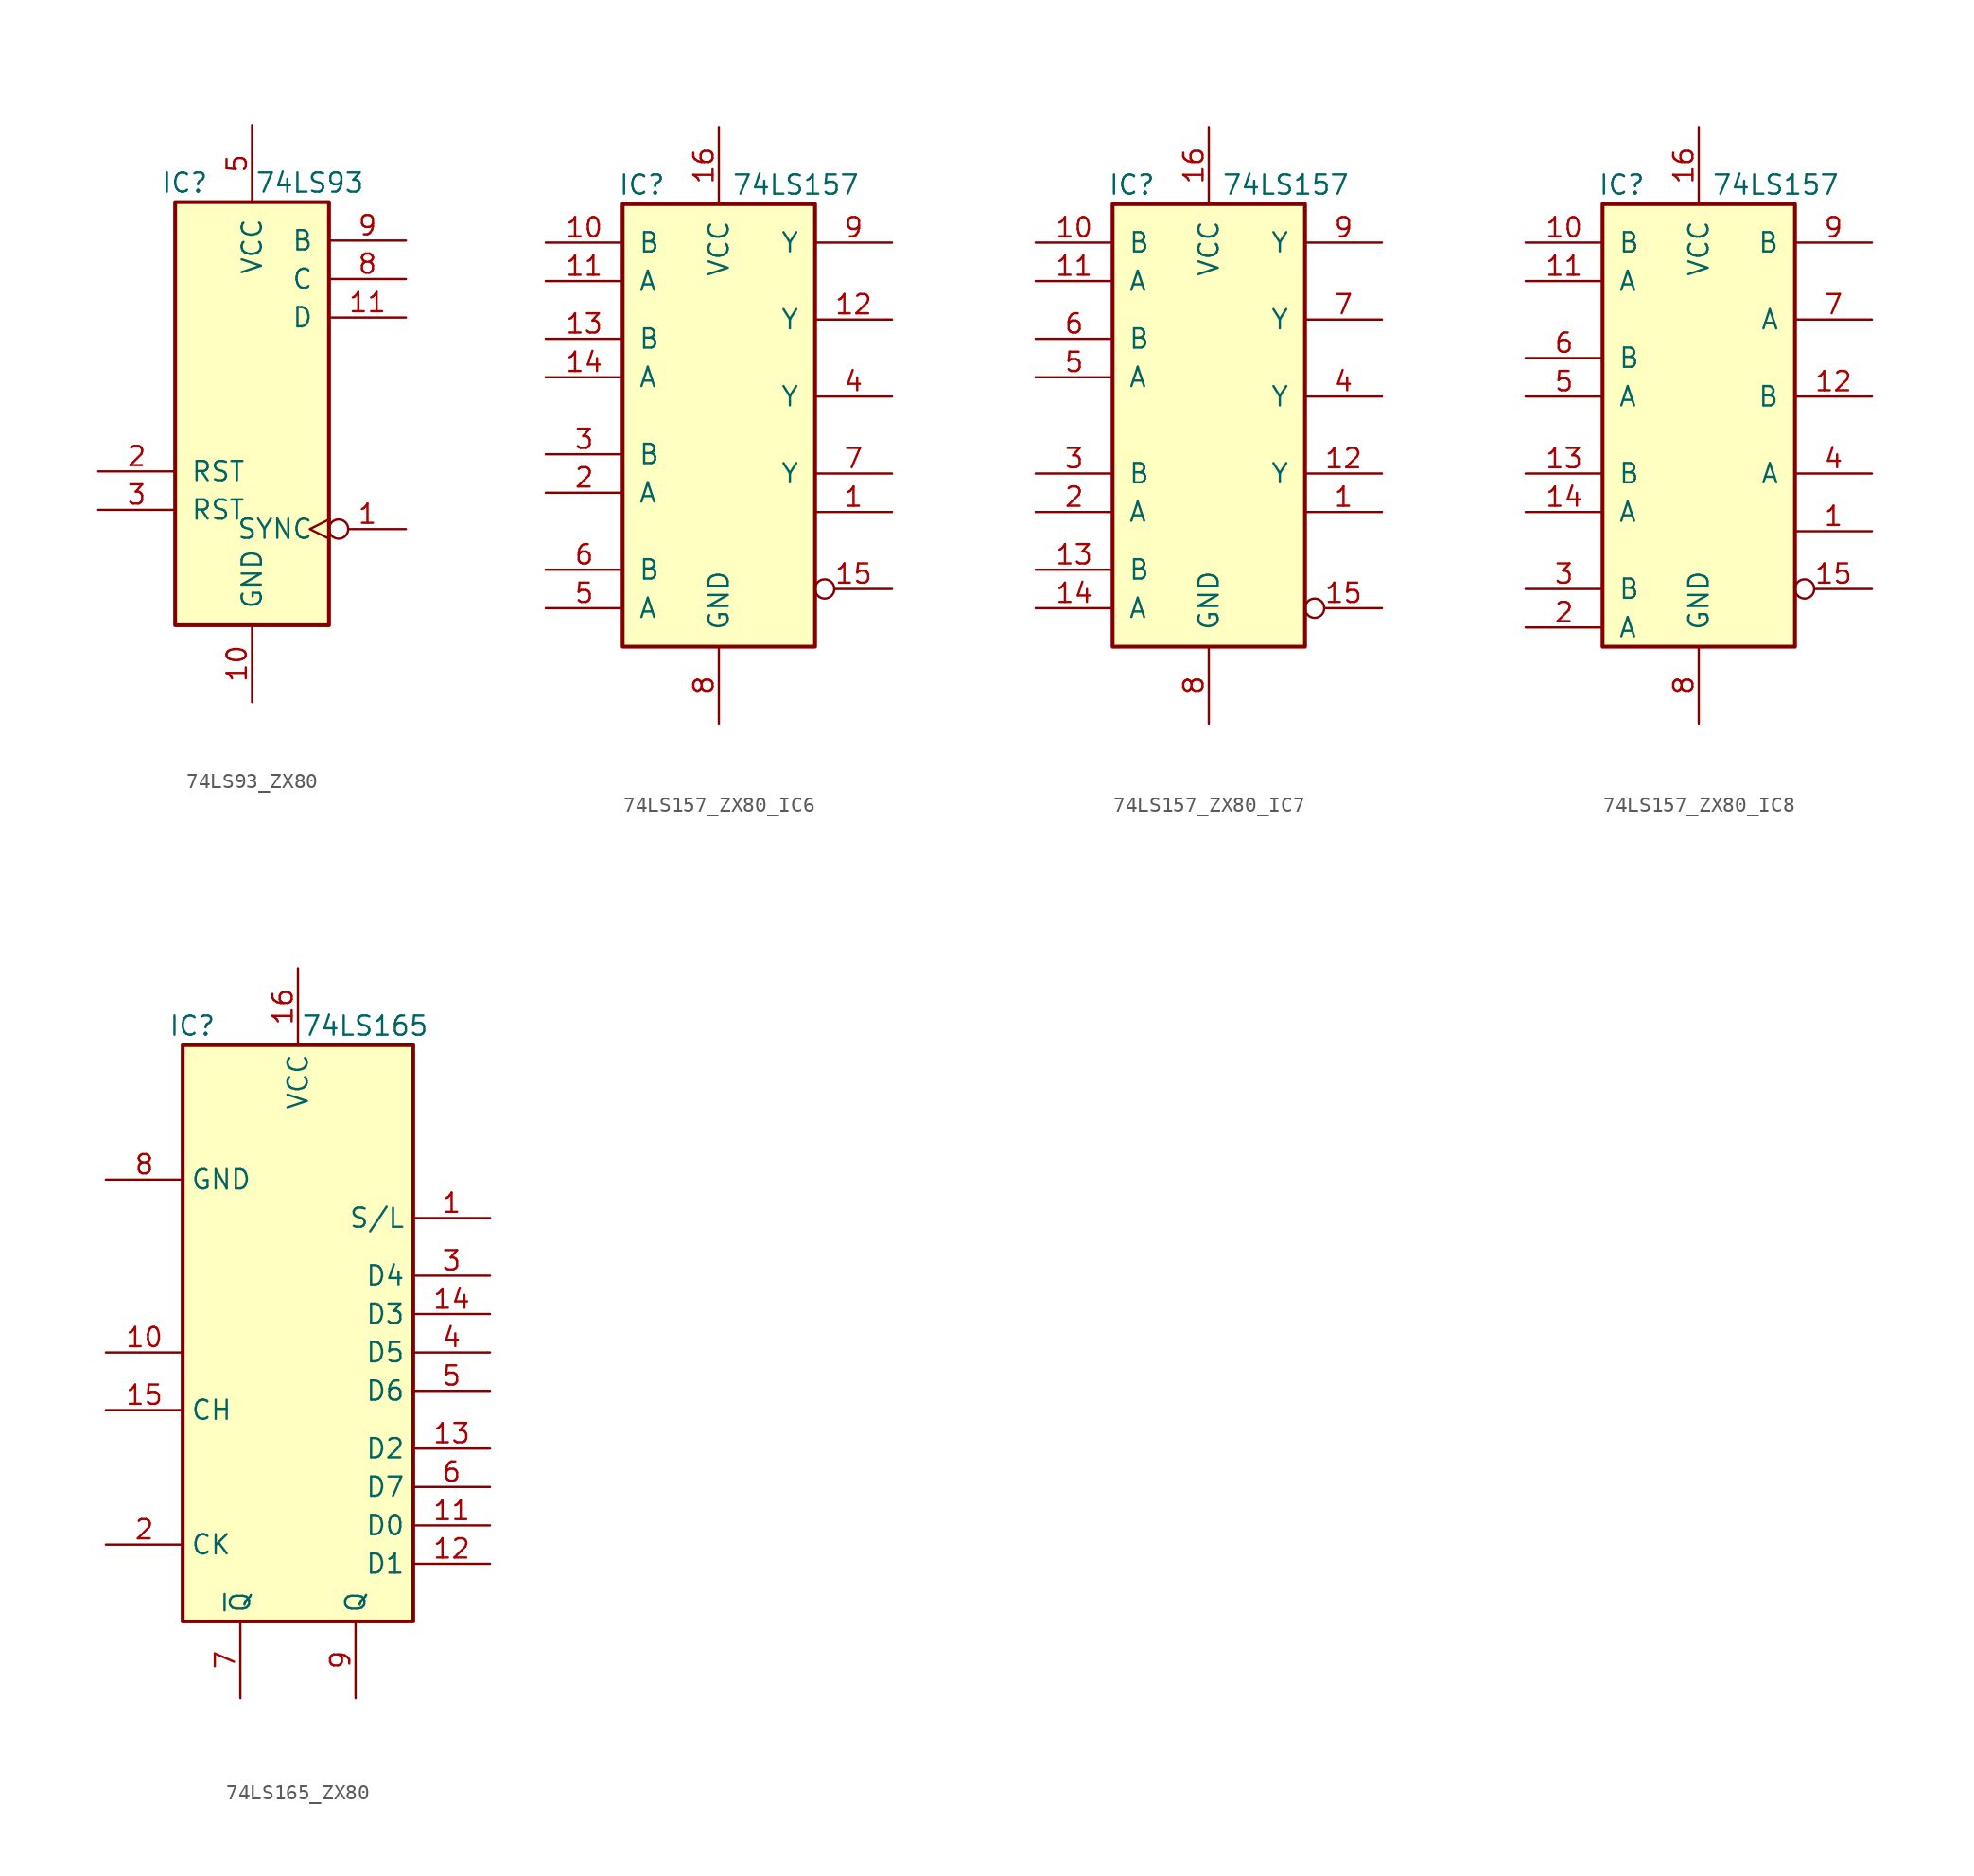
<source format=kicad_sym>
(kicad_symbol_lib
  (version 20220914)
  (generator kicad_symbol_editor)
  (symbol "74LS93_ZX80"
    (pin_names
      (offset 1.016))
    (property "Reference" "IC"
      (at -4.445 15.24 0)
      (effects (font (size 1.27 1.27))))
    (property "Value" "74LS93"
      (at 3.81 15.24 0)
      (effects (font (size 1.27 1.27))))
    (symbol "74LS93_ZX80_1_0"
      (pin input inverted_clock (at 10.16 -7.62 180) (length 5.08) (name "SYNC" (effects (font (size 1.27 1.27)))) (number "1" (effects (font (size 1.27 1.27)))))
      (pin power_in line (at 0 -19.05 90) (length 5.08) (name "GND" (effects (font (size 1.27 1.27)))) (number "10" (effects (font (size 1.27 1.27)))))
      (pin output line (at 10.16 6.35 180) (length 5.08) (name "D" (effects (font (size 1.27 1.27)))) (number "11" (effects (font (size 1.27 1.27)))))
      (pin no_connect line (at 10.16 3.175 180) (length 5.08) hide (name "QA" (effects (font (size 1.27 1.27)))) (number "12" (effects (font (size 1.27 1.27)))))
      (pin output line (at 10.16 0 180) (length 5.08) hide (name "NC" (effects (font (size 1.27 1.27)))) (number "13" (effects (font (size 1.27 1.27)))))
      (pin no_connect inverted_clock (at -10.16 12.7 0) (length 5.08) hide (name "CKA" (effects (font (size 1.27 1.27)))) (number "14" (effects (font (size 1.27 1.27)))))
      (pin input line (at -10.16 -3.81 0) (length 5.08) (name "RST" (effects (font (size 1.27 1.27)))) (number "2" (effects (font (size 1.27 1.27)))))
      (pin input line (at -10.16 -6.35 0) (length 5.08) (name "RST" (effects (font (size 1.27 1.27)))) (number "3" (effects (font (size 1.27 1.27)))))
      (pin no_connect line (at -10.16 -8.89 0) (length 5.08) hide (name "NC" (effects (font (size 1.27 1.27)))) (number "4" (effects (font (size 1.27 1.27)))))
      (pin power_in line (at 0 19.05 270) (length 5.08) (name "VCC" (effects (font (size 1.27 1.27)))) (number "5" (effects (font (size 1.27 1.27)))))
      (pin no_connect line (at -10.16 7.62 0) (length 5.08) hide (name "NC" (effects (font (size 1.27 1.27)))) (number "6" (effects (font (size 1.27 1.27)))))
      (pin no_connect line (at -10.16 5.08 0) (length 5.08) hide (name "NC" (effects (font (size 1.27 1.27)))) (number "7" (effects (font (size 1.27 1.27)))))
      (pin output line (at 10.16 8.89 180) (length 5.08) (name "C" (effects (font (size 1.27 1.27)))) (number "8" (effects (font (size 1.27 1.27)))))
      (pin no_connect line (at -10.16 2.54 0) (length 5.08) hide (name "NC" (effects (font (size 1.27 1.27)))) (number "8" (effects (font (size 1.27 1.27)))))
      (pin output line (at 10.16 11.43 180) (length 5.08) (name "B" (effects (font (size 1.27 1.27)))) (number "9" (effects (font (size 1.27 1.27))))))
    (symbol "74LS93_ZX80_1_1"
      (rectangle (start -5.08 13.97) (end 5.08 -13.97) (stroke (width 0.254) (type default)) (fill (type background)))))
  (symbol "74LS157_ZX80_IC6"
    (pin_names
      (offset 1.016))
    (property "Reference" "IC"
      (at -5.08 16.51 0)
      (effects (font (size 1.27 1.27))))
    (property "Value" "74LS157"
      (at 5.08 16.51 0)
      (effects (font (size 1.27 1.27))))
    (symbol "74LS157_ZX80_IC6_1_0"
      (pin input line (at 11.43 -5.08 180) (length 5.08) (name "" (effects (font (size 1.27 1.27)))) (number "1" (effects (font (size 1.27 1.27)))))
      (pin input line (at -11.43 12.7 0) (length 5.08) (name "B" (effects (font (size 1.27 1.27)))) (number "10" (effects (font (size 1.27 1.27)))))
      (pin input line (at -11.43 10.16 0) (length 5.08) (name "A" (effects (font (size 1.27 1.27)))) (number "11" (effects (font (size 1.27 1.27)))))
      (pin output line (at 11.43 7.62 180) (length 5.08) (name "Y" (effects (font (size 1.27 1.27)))) (number "12" (effects (font (size 1.27 1.27)))))
      (pin input line (at -11.43 6.35 0) (length 5.08) (name "B" (effects (font (size 1.27 1.27)))) (number "13" (effects (font (size 1.27 1.27)))))
      (pin input line (at -11.43 3.81 0) (length 5.08) (name "A" (effects (font (size 1.27 1.27)))) (number "14" (effects (font (size 1.27 1.27)))))
      (pin input inverted (at 11.43 -10.16 180) (length 5.08) (name "" (effects (font (size 1.27 1.27)))) (number "15" (effects (font (size 1.27 1.27)))))
      (pin power_in line (at 0 20.32 270) (length 5.08) (name "VCC" (effects (font (size 1.27 1.27)))) (number "16" (effects (font (size 1.27 1.27)))))
      (pin input line (at -11.43 -3.81 0) (length 5.08) (name "A" (effects (font (size 1.27 1.27)))) (number "2" (effects (font (size 1.27 1.27)))))
      (pin input line (at -11.43 -1.27 0) (length 5.08) (name "B" (effects (font (size 1.27 1.27)))) (number "3" (effects (font (size 1.27 1.27)))))
      (pin output line (at 11.43 2.54 180) (length 5.08) (name "Y" (effects (font (size 1.27 1.27)))) (number "4" (effects (font (size 1.27 1.27)))))
      (pin input line (at -11.43 -11.43 0) (length 5.08) (name "A" (effects (font (size 1.27 1.27)))) (number "5" (effects (font (size 1.27 1.27)))))
      (pin input line (at -11.43 -8.89 0) (length 5.08) (name "B" (effects (font (size 1.27 1.27)))) (number "6" (effects (font (size 1.27 1.27)))))
      (pin output line (at 11.43 -2.54 180) (length 5.08) (name "Y" (effects (font (size 1.27 1.27)))) (number "7" (effects (font (size 1.27 1.27)))))
      (pin power_in line (at 0 -19.05 90) (length 5.08) (name "GND" (effects (font (size 1.27 1.27)))) (number "8" (effects (font (size 1.27 1.27)))))
      (pin output line (at 11.43 12.7 180) (length 5.08) (name "Y" (effects (font (size 1.27 1.27)))) (number "9" (effects (font (size 1.27 1.27))))))
    (symbol "74LS157_ZX80_IC6_1_1"
      (rectangle (start -6.35 15.24) (end 6.35 -13.97) (stroke (width 0.254) (type default)) (fill (type background)))))
  (symbol "74LS157_ZX80_IC7"
    (pin_names
      (offset 1.016))
    (property "Reference" "IC"
      (at -5.08 16.51 0)
      (effects (font (size 1.27 1.27))))
    (property "Value" "74LS157"
      (at 5.08 16.51 0)
      (effects (font (size 1.27 1.27))))
    (symbol "74LS157_ZX80_IC7_1_0"
      (pin input line (at 11.43 -5.08 180) (length 5.08) (name "" (effects (font (size 1.27 1.27)))) (number "1" (effects (font (size 1.27 1.27)))))
      (pin input line (at -11.43 12.7 0) (length 5.08) (name "B" (effects (font (size 1.27 1.27)))) (number "10" (effects (font (size 1.27 1.27)))))
      (pin input line (at -11.43 10.16 0) (length 5.08) (name "A" (effects (font (size 1.27 1.27)))) (number "11" (effects (font (size 1.27 1.27)))))
      (pin output line (at 11.43 -2.54 180) (length 5.08) (name "Y" (effects (font (size 1.27 1.27)))) (number "12" (effects (font (size 1.27 1.27)))))
      (pin input line (at -11.43 -8.89 0) (length 5.08) (name "B" (effects (font (size 1.27 1.27)))) (number "13" (effects (font (size 1.27 1.27)))))
      (pin input line (at -11.43 -11.43 0) (length 5.08) (name "A" (effects (font (size 1.27 1.27)))) (number "14" (effects (font (size 1.27 1.27)))))
      (pin input inverted (at 11.43 -11.43 180) (length 5.08) (name "" (effects (font (size 1.27 1.27)))) (number "15" (effects (font (size 1.27 1.27)))))
      (pin power_in line (at 0 20.32 270) (length 5.08) (name "VCC" (effects (font (size 1.27 1.27)))) (number "16" (effects (font (size 1.27 1.27)))))
      (pin input line (at -11.43 -5.08 0) (length 5.08) (name "A" (effects (font (size 1.27 1.27)))) (number "2" (effects (font (size 1.27 1.27)))))
      (pin input line (at -11.43 -2.54 0) (length 5.08) (name "B" (effects (font (size 1.27 1.27)))) (number "3" (effects (font (size 1.27 1.27)))))
      (pin output line (at 11.43 2.54 180) (length 5.08) (name "Y" (effects (font (size 1.27 1.27)))) (number "4" (effects (font (size 1.27 1.27)))))
      (pin input line (at -11.43 3.81 0) (length 5.08) (name "A" (effects (font (size 1.27 1.27)))) (number "5" (effects (font (size 1.27 1.27)))))
      (pin input line (at -11.43 6.35 0) (length 5.08) (name "B" (effects (font (size 1.27 1.27)))) (number "6" (effects (font (size 1.27 1.27)))))
      (pin output line (at 11.43 7.62 180) (length 5.08) (name "Y" (effects (font (size 1.27 1.27)))) (number "7" (effects (font (size 1.27 1.27)))))
      (pin power_in line (at 0 -19.05 90) (length 5.08) (name "GND" (effects (font (size 1.27 1.27)))) (number "8" (effects (font (size 1.27 1.27)))))
      (pin output line (at 11.43 12.7 180) (length 5.08) (name "Y" (effects (font (size 1.27 1.27)))) (number "9" (effects (font (size 1.27 1.27))))))
    (symbol "74LS157_ZX80_IC7_1_1"
      (rectangle (start -6.35 15.24) (end 6.35 -13.97) (stroke (width 0.254) (type default)) (fill (type background)))))
  (symbol "74LS157_ZX80_IC8"
    (pin_names
      (offset 1.016))
    (property "Reference" "IC"
      (at -5.08 16.51 0)
      (effects (font (size 1.27 1.27))))
    (property "Value" "74LS157"
      (at 5.08 16.51 0)
      (effects (font (size 1.27 1.27))))
    (symbol "74LS157_ZX80_IC8_1_0"
      (pin input line (at 11.43 -6.35 180) (length 5.08) (name "" (effects (font (size 1.27 1.27)))) (number "1" (effects (font (size 1.27 1.27)))))
      (pin input line (at -11.43 12.7 0) (length 5.08) (name "B" (effects (font (size 1.27 1.27)))) (number "10" (effects (font (size 1.27 1.27)))))
      (pin input line (at -11.43 10.16 0) (length 5.08) (name "A" (effects (font (size 1.27 1.27)))) (number "11" (effects (font (size 1.27 1.27)))))
      (pin output line (at 11.43 2.54 180) (length 5.08) (name "B" (effects (font (size 1.27 1.27)))) (number "12" (effects (font (size 1.27 1.27)))))
      (pin input line (at -11.43 -2.54 0) (length 5.08) (name "B" (effects (font (size 1.27 1.27)))) (number "13" (effects (font (size 1.27 1.27)))))
      (pin input line (at -11.43 -5.08 0) (length 5.08) (name "A" (effects (font (size 1.27 1.27)))) (number "14" (effects (font (size 1.27 1.27)))))
      (pin input inverted (at 11.43 -10.16 180) (length 5.08) (name "" (effects (font (size 1.27 1.27)))) (number "15" (effects (font (size 1.27 1.27)))))
      (pin power_in line (at 0 20.32 270) (length 5.08) (name "VCC" (effects (font (size 1.27 1.27)))) (number "16" (effects (font (size 1.27 1.27)))))
      (pin input line (at -11.43 -12.7 0) (length 5.08) (name "A" (effects (font (size 1.27 1.27)))) (number "2" (effects (font (size 1.27 1.27)))))
      (pin input line (at -11.43 -10.16 0) (length 5.08) (name "B" (effects (font (size 1.27 1.27)))) (number "3" (effects (font (size 1.27 1.27)))))
      (pin output line (at 11.43 -2.54 180) (length 5.08) (name "A" (effects (font (size 1.27 1.27)))) (number "4" (effects (font (size 1.27 1.27)))))
      (pin input line (at -11.43 2.54 0) (length 5.08) (name "A" (effects (font (size 1.27 1.27)))) (number "5" (effects (font (size 1.27 1.27)))))
      (pin input line (at -11.43 5.08 0) (length 5.08) (name "B" (effects (font (size 1.27 1.27)))) (number "6" (effects (font (size 1.27 1.27)))))
      (pin output line (at 11.43 7.62 180) (length 5.08) (name "A" (effects (font (size 1.27 1.27)))) (number "7" (effects (font (size 1.27 1.27)))))
      (pin power_in line (at 0 -19.05 90) (length 5.08) (name "GND" (effects (font (size 1.27 1.27)))) (number "8" (effects (font (size 1.27 1.27)))))
      (pin output line (at 11.43 12.7 180) (length 5.08) (name "B" (effects (font (size 1.27 1.27)))) (number "9" (effects (font (size 1.27 1.27))))))
    (symbol "74LS157_ZX80_IC8_1_1"
      (rectangle (start -6.35 15.24) (end 6.35 -13.97) (stroke (width 0.254) (type default)) (fill (type background)))))
  (symbol "74LS165_ZX80"
    (property "Reference" "IC"
      (at -6.985 19.05 0)
      (effects (font (size 1.27 1.27))))
    (property "Value" "74LS165"
      (at 4.445 19.05 0)
      (effects (font (size 1.27 1.27))))
    (symbol "74LS165_ZX80_1_0"
      (pin input line (at 12.7 6.35 180) (length 5.08) (name "S/L" (effects (font (size 1.27 1.27)))) (number "1" (effects (font (size 1.27 1.27)))))
      (pin input line (at -12.7 -2.54 0) (length 5.08) (name "" (effects (font (size 1.27 1.27)))) (number "10" (effects (font (size 1.27 1.27)))))
      (pin input line (at 12.7 -13.97 180) (length 5.08) (name "D0" (effects (font (size 1.27 1.27)))) (number "11" (effects (font (size 1.27 1.27)))))
      (pin input line (at 12.7 -16.51 180) (length 5.08) (name "D1" (effects (font (size 1.27 1.27)))) (number "12" (effects (font (size 1.27 1.27)))))
      (pin input line (at 12.7 -8.89 180) (length 5.08) (name "D2" (effects (font (size 1.27 1.27)))) (number "13" (effects (font (size 1.27 1.27)))))
      (pin input line (at 12.7 0 180) (length 5.08) (name "D3" (effects (font (size 1.27 1.27)))) (number "14" (effects (font (size 1.27 1.27)))))
      (pin input line (at -12.7 -6.35 0) (length 5.08) (name "CH" (effects (font (size 1.27 1.27)))) (number "15" (effects (font (size 1.27 1.27)))))
      (pin power_in line (at 0 22.86 270) (length 5.08) (name "VCC" (effects (font (size 1.27 1.27)))) (number "16" (effects (font (size 1.27 1.27)))))
      (pin input line (at -12.7 -15.24 0) (length 5.08) (name "CK" (effects (font (size 1.27 1.27)))) (number "2" (effects (font (size 1.27 1.27)))))
      (pin input line (at 12.7 2.54 180) (length 5.08) (name "D4" (effects (font (size 1.27 1.27)))) (number "3" (effects (font (size 1.27 1.27)))))
      (pin input line (at 12.7 -2.54 180) (length 5.08) (name "D5" (effects (font (size 1.27 1.27)))) (number "4" (effects (font (size 1.27 1.27)))))
      (pin input line (at 12.7 -5.08 180) (length 5.08) (name "D6" (effects (font (size 1.27 1.27)))) (number "5" (effects (font (size 1.27 1.27)))))
      (pin input line (at 12.7 -11.43 180) (length 5.08) (name "D7" (effects (font (size 1.27 1.27)))) (number "6" (effects (font (size 1.27 1.27)))))
      (pin output line (at -3.81 -25.4 90) (length 5.08) (name "~{Q}" (effects (font (size 1.27 1.27)))) (number "7" (effects (font (size 1.27 1.27)))))
      (pin power_in line (at -12.7 8.89 0) (length 5.08) (name "GND" (effects (font (size 1.27 1.27)))) (number "8" (effects (font (size 1.27 1.27)))))
      (pin output line (at 3.81 -25.4 90) (length 5.08) (name "Q" (effects (font (size 1.27 1.27)))) (number "9" (effects (font (size 1.27 1.27))))))
    (symbol "74LS165_ZX80_1_1"
      (rectangle (start -7.62 17.78) (end 7.62 -20.32) (stroke (width 0.254) (type default)) (fill (type background))))))
</source>
